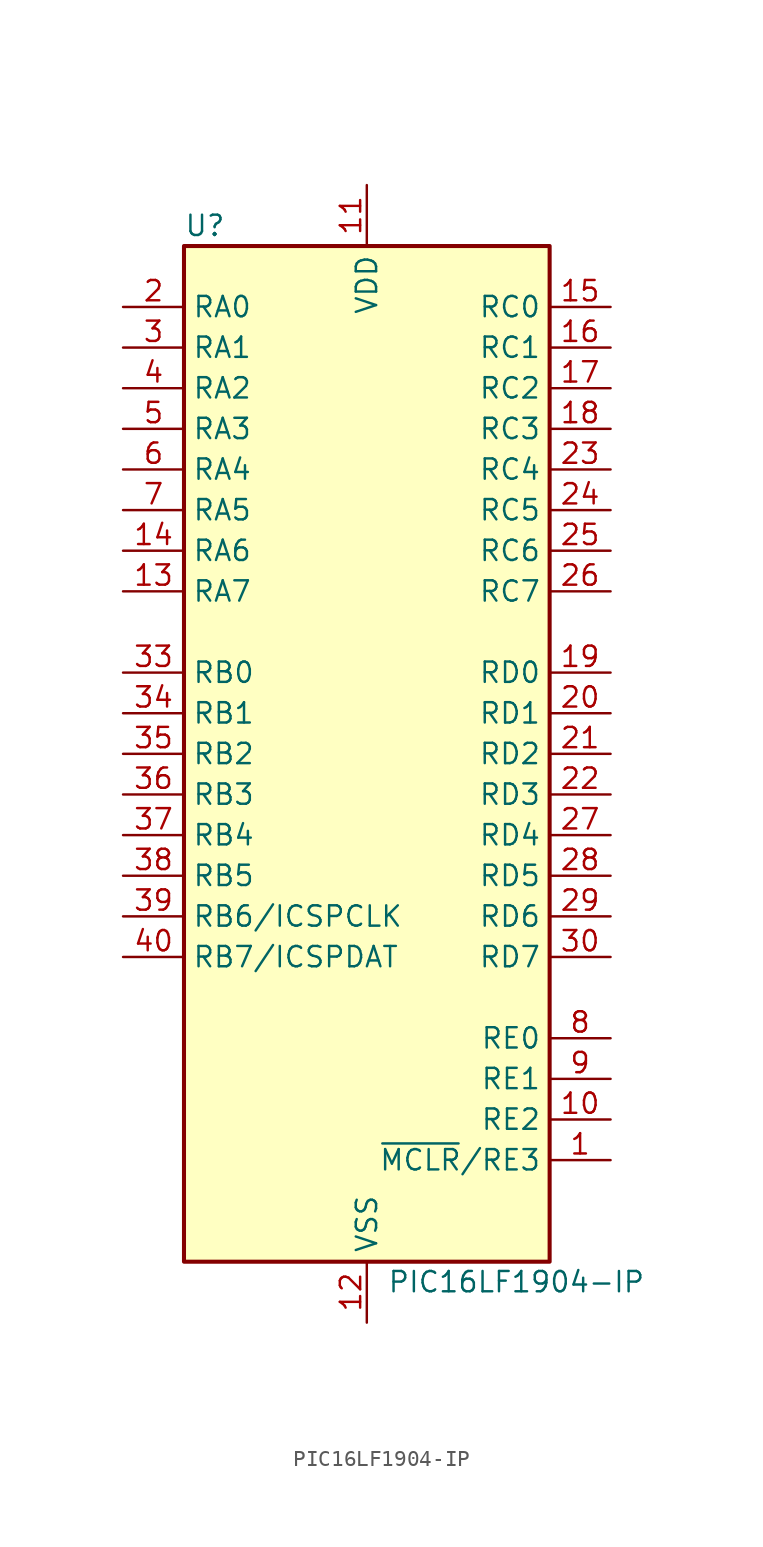
<source format=kicad_sym>
(kicad_symbol_lib
  (version 20231120)
  (generator "kicad_symbol_editor")
  (generator_version "8.0")
  (symbol "PIC16LF1904-IP"
    (property "Reference" "U"
      (at -11.43 33.02 0)
      (effects (font (size 1.27 1.27)) (justify left)))
    (property "Value" "PIC16LF1904-IP"
      (at 1.27 -33.02 0)
      (effects (font (size 1.27 1.27)) (justify left)))
    (symbol "PIC16LF1904-IP_0_1"
      (rectangle (start -11.43 31.75) (end 11.43 -31.75) (stroke (width 0.254) (type default)) (fill (type background))))
    (symbol "PIC16LF1904-IP_1_1"
      (pin bidirectional line (at 15.24 -25.4 180) (length 3.81) (name "~{MCLR}/RE3" (effects (font (size 1.27 1.27)))) (number "1" (effects (font (size 1.27 1.27)))) (alternate "VPP" bidirectional line))
      (pin bidirectional line (at 15.24 -22.86 180) (length 3.81) (name "RE2" (effects (font (size 1.27 1.27)))) (number "10" (effects (font (size 1.27 1.27)))) (alternate "AN7" bidirectional line) (alternate "SEG23" bidirectional line))
      (pin power_in line (at 0 35.56 270) (length 3.81) (name "VDD" (effects (font (size 1.27 1.27)))) (number "11" (effects (font (size 1.27 1.27)))))
      (pin power_in line (at 0 -35.56 90) (length 3.81) (name "VSS" (effects (font (size 1.27 1.27)))) (number "12" (effects (font (size 1.27 1.27)))))
      (pin bidirectional line (at -15.24 10.16 0) (length 3.81) (name "RA7" (effects (font (size 1.27 1.27)))) (number "13" (effects (font (size 1.27 1.27)))) (alternate "CLKIN" bidirectional line) (alternate "SEG2" bidirectional line))
      (pin bidirectional line (at -15.24 12.7 0) (length 3.81) (name "RA6" (effects (font (size 1.27 1.27)))) (number "14" (effects (font (size 1.27 1.27)))) (alternate "CLKOUT" bidirectional line) (alternate "SEG1" bidirectional line))
      (pin bidirectional line (at 15.24 27.94 180) (length 3.81) (name "RC0" (effects (font (size 1.27 1.27)))) (number "15" (effects (font (size 1.27 1.27)))) (alternate "T1CKI" bidirectional line) (alternate "T1OSO" bidirectional line))
      (pin bidirectional line (at 15.24 25.4 180) (length 3.81) (name "RC1" (effects (font (size 1.27 1.27)))) (number "16" (effects (font (size 1.27 1.27)))) (alternate "T1OSI" bidirectional line))
      (pin bidirectional line (at 15.24 22.86 180) (length 3.81) (name "RC2" (effects (font (size 1.27 1.27)))) (number "17" (effects (font (size 1.27 1.27)))) (alternate "SEG3" bidirectional line))
      (pin bidirectional line (at 15.24 20.32 180) (length 3.81) (name "RC3" (effects (font (size 1.27 1.27)))) (number "18" (effects (font (size 1.27 1.27)))) (alternate "SEG6" bidirectional line))
      (pin bidirectional line (at 15.24 5.08 180) (length 3.81) (name "RD0" (effects (font (size 1.27 1.27)))) (number "19" (effects (font (size 1.27 1.27)))) (alternate "COM3" bidirectional line))
      (pin bidirectional line (at -15.24 27.94 0) (length 3.81) (name "RA0" (effects (font (size 1.27 1.27)))) (number "2" (effects (font (size 1.27 1.27)))) (alternate "AN0" bidirectional line) (alternate "SEG12" bidirectional line))
      (pin bidirectional line (at 15.24 2.54 180) (length 3.81) (name "RD1" (effects (font (size 1.27 1.27)))) (number "20" (effects (font (size 1.27 1.27)))) (alternate "SEG27" bidirectional line))
      (pin bidirectional line (at 15.24 0 180) (length 3.81) (name "RD2" (effects (font (size 1.27 1.27)))) (number "21" (effects (font (size 1.27 1.27)))) (alternate "SEG28" bidirectional line))
      (pin bidirectional line (at 15.24 -2.54 180) (length 3.81) (name "RD3" (effects (font (size 1.27 1.27)))) (number "22" (effects (font (size 1.27 1.27)))) (alternate "SEG16" bidirectional line))
      (pin bidirectional line (at 15.24 17.78 180) (length 3.81) (name "RC4" (effects (font (size 1.27 1.27)))) (number "23" (effects (font (size 1.27 1.27)))) (alternate "SEG11" bidirectional line) (alternate "T1G" bidirectional line))
      (pin bidirectional line (at 15.24 15.24 180) (length 3.81) (name "RC5" (effects (font (size 1.27 1.27)))) (number "24" (effects (font (size 1.27 1.27)))) (alternate "SEG10" bidirectional line))
      (pin bidirectional line (at 15.24 12.7 180) (length 3.81) (name "RC6" (effects (font (size 1.27 1.27)))) (number "25" (effects (font (size 1.27 1.27)))) (alternate "CK" bidirectional line) (alternate "SEG9" bidirectional line) (alternate "TX" bidirectional line))
      (pin bidirectional line (at 15.24 10.16 180) (length 3.81) (name "RC7" (effects (font (size 1.27 1.27)))) (number "26" (effects (font (size 1.27 1.27)))) (alternate "DT" bidirectional line) (alternate "RX" bidirectional line) (alternate "SEG8" bidirectional line))
      (pin bidirectional line (at 15.24 -5.08 180) (length 3.81) (name "RD4" (effects (font (size 1.27 1.27)))) (number "27" (effects (font (size 1.27 1.27)))) (alternate "SEG17" bidirectional line))
      (pin bidirectional line (at 15.24 -7.62 180) (length 3.81) (name "RD5" (effects (font (size 1.27 1.27)))) (number "28" (effects (font (size 1.27 1.27)))) (alternate "SEG18" bidirectional line))
      (pin bidirectional line (at 15.24 -10.16 180) (length 3.81) (name "RD6" (effects (font (size 1.27 1.27)))) (number "29" (effects (font (size 1.27 1.27)))) (alternate "SEG19" bidirectional line))
      (pin bidirectional line (at -15.24 25.4 0) (length 3.81) (name "RA1" (effects (font (size 1.27 1.27)))) (number "3" (effects (font (size 1.27 1.27)))) (alternate "AN1" bidirectional line) (alternate "SEG7" bidirectional line))
      (pin bidirectional line (at 15.24 -12.7 180) (length 3.81) (name "RD7" (effects (font (size 1.27 1.27)))) (number "30" (effects (font (size 1.27 1.27)))) (alternate "SEG20" bidirectional line))
      (pin passive line (at 0 -35.56 90) (length 3.81) hide (name "VSS" (effects (font (size 1.27 1.27)))) (number "31" (effects (font (size 1.27 1.27)))))
      (pin passive line (at 0 35.56 270) (length 3.81) hide (name "VDD" (effects (font (size 1.27 1.27)))) (number "32" (effects (font (size 1.27 1.27)))))
      (pin bidirectional line (at -15.24 5.08 0) (length 3.81) (name "RB0" (effects (font (size 1.27 1.27)))) (number "33" (effects (font (size 1.27 1.27)))) (alternate "AN12" bidirectional line) (alternate "INT" bidirectional line) (alternate "SEG0" bidirectional line))
      (pin bidirectional line (at -15.24 2.54 0) (length 3.81) (name "RB1" (effects (font (size 1.27 1.27)))) (number "34" (effects (font (size 1.27 1.27)))) (alternate "AN10" bidirectional line) (alternate "SEG24" bidirectional line) (alternate "VLCD1" bidirectional line))
      (pin bidirectional line (at -15.24 0 0) (length 3.81) (name "RB2" (effects (font (size 1.27 1.27)))) (number "35" (effects (font (size 1.27 1.27)))) (alternate "AN8" bidirectional line) (alternate "SEG25" bidirectional line) (alternate "VLCD2" bidirectional line))
      (pin bidirectional line (at -15.24 -2.54 0) (length 3.81) (name "RB3" (effects (font (size 1.27 1.27)))) (number "36" (effects (font (size 1.27 1.27)))) (alternate "AN9" bidirectional line) (alternate "SEG26" bidirectional line) (alternate "VLCD3" bidirectional line))
      (pin bidirectional line (at -15.24 -5.08 0) (length 3.81) (name "RB4" (effects (font (size 1.27 1.27)))) (number "37" (effects (font (size 1.27 1.27)))) (alternate "AN11" bidirectional line) (alternate "COM0" bidirectional line))
      (pin bidirectional line (at -15.24 -7.62 0) (length 3.81) (name "RB5" (effects (font (size 1.27 1.27)))) (number "38" (effects (font (size 1.27 1.27)))) (alternate "AN13" bidirectional line) (alternate "COM1" bidirectional line))
      (pin bidirectional line (at -15.24 -10.16 0) (length 3.81) (name "RB6/ICSPCLK" (effects (font (size 1.27 1.27)))) (number "39" (effects (font (size 1.27 1.27)))) (alternate "ICDCLK" bidirectional line) (alternate "SEG14" bidirectional line))
      (pin bidirectional line (at -15.24 22.86 0) (length 3.81) (name "RA2" (effects (font (size 1.27 1.27)))) (number "4" (effects (font (size 1.27 1.27)))) (alternate "AN2" bidirectional line) (alternate "COM2" bidirectional line))
      (pin bidirectional line (at -15.24 -12.7 0) (length 3.81) (name "RB7/ICSPDAT" (effects (font (size 1.27 1.27)))) (number "40" (effects (font (size 1.27 1.27)))) (alternate "ICDDAT" bidirectional line) (alternate "SEG13" bidirectional line))
      (pin bidirectional line (at -15.24 20.32 0) (length 3.81) (name "RA3" (effects (font (size 1.27 1.27)))) (number "5" (effects (font (size 1.27 1.27)))) (alternate "AN3" bidirectional line) (alternate "SEG15" bidirectional line) (alternate "VREF+" bidirectional line))
      (pin bidirectional line (at -15.24 17.78 0) (length 3.81) (name "RA4" (effects (font (size 1.27 1.27)))) (number "6" (effects (font (size 1.27 1.27)))) (alternate "SEG4" bidirectional line) (alternate "T0CKI" bidirectional line))
      (pin bidirectional line (at -15.24 15.24 0) (length 3.81) (name "RA5" (effects (font (size 1.27 1.27)))) (number "7" (effects (font (size 1.27 1.27)))) (alternate "AN4" bidirectional line) (alternate "SEG5" bidirectional line))
      (pin bidirectional line (at 15.24 -17.78 180) (length 3.81) (name "RE0" (effects (font (size 1.27 1.27)))) (number "8" (effects (font (size 1.27 1.27)))) (alternate "AN5" bidirectional line) (alternate "SEG21" bidirectional line))
      (pin bidirectional line (at 15.24 -20.32 180) (length 3.81) (name "RE1" (effects (font (size 1.27 1.27)))) (number "9" (effects (font (size 1.27 1.27)))) (alternate "AN6" bidirectional line) (alternate "SEG22" bidirectional line)))))
</source>
